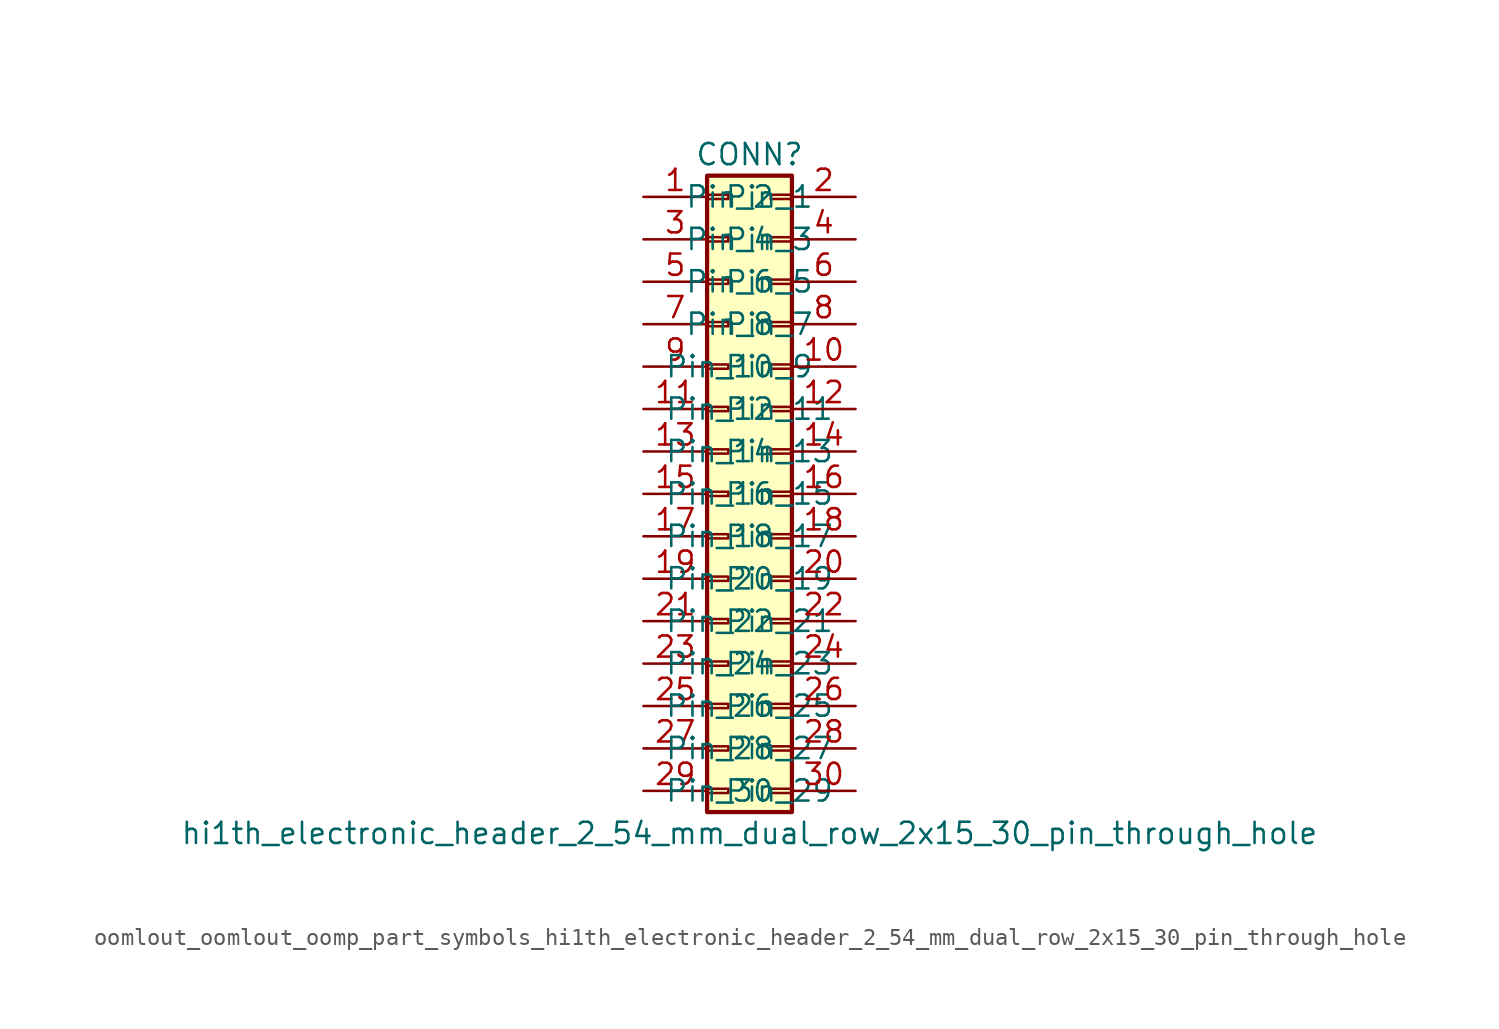
<source format=kicad_sym>
(kicad_symbol_lib
  (version 20220914)
  (generator kicad_symbol_editor)
  (symbol "oomlout_oomlout_oomp_part_symbols_hi1th_electronic_header_2_54_mm_dual_row_2x15_30_pin_through_hole"
    (pin_names
      (offset 1.016))
    (property "Reference" "CONN"
      (at 1.27 20.32 0)
      (effects (font (size 1.27 1.27))))
    (property "Value" "hi1th_electronic_header_2_54_mm_dual_row_2x15_30_pin_through_hole"
      (at 1.27 -20.32 0)
      (effects (font (size 1.27 1.27))))
    (symbol "oomlout_oomlout_oomp_part_symbols_hi1th_electronic_header_2_54_mm_dual_row_2x15_30_pin_through_hole_1_1"
      (rectangle (start -1.27 -17.653) (end 0 -17.907) (stroke (width 0.152) (type default)) (fill (type none)))
      (rectangle (start -1.27 -15.113) (end 0 -15.367) (stroke (width 0.152) (type default)) (fill (type none)))
      (rectangle (start -1.27 -12.573) (end 0 -12.827) (stroke (width 0.152) (type default)) (fill (type none)))
      (rectangle (start -1.27 -10.033) (end 0 -10.287) (stroke (width 0.152) (type default)) (fill (type none)))
      (rectangle (start -1.27 -7.493) (end 0 -7.747) (stroke (width 0.152) (type default)) (fill (type none)))
      (rectangle (start -1.27 -4.953) (end 0 -5.207) (stroke (width 0.152) (type default)) (fill (type none)))
      (rectangle (start -1.27 -2.413) (end 0 -2.667) (stroke (width 0.152) (type default)) (fill (type none)))
      (rectangle (start -1.27 0.127) (end 0 -0.127) (stroke (width 0.152) (type default)) (fill (type none)))
      (rectangle (start -1.27 2.667) (end 0 2.413) (stroke (width 0.152) (type default)) (fill (type none)))
      (rectangle (start -1.27 5.207) (end 0 4.953) (stroke (width 0.152) (type default)) (fill (type none)))
      (rectangle (start -1.27 7.747) (end 0 7.493) (stroke (width 0.152) (type default)) (fill (type none)))
      (rectangle (start -1.27 10.287) (end 0 10.033) (stroke (width 0.152) (type default)) (fill (type none)))
      (rectangle (start -1.27 12.827) (end 0 12.573) (stroke (width 0.152) (type default)) (fill (type none)))
      (rectangle (start -1.27 15.367) (end 0 15.113) (stroke (width 0.152) (type default)) (fill (type none)))
      (rectangle (start -1.27 17.907) (end 0 17.653) (stroke (width 0.152) (type default)) (fill (type none)))
      (rectangle (start -1.27 19.05) (end 3.81 -19.05) (stroke (width 0.254) (type default)) (fill (type background)))
      (rectangle (start 3.81 -17.653) (end 2.54 -17.907) (stroke (width 0.152) (type default)) (fill (type none)))
      (rectangle (start 3.81 -15.113) (end 2.54 -15.367) (stroke (width 0.152) (type default)) (fill (type none)))
      (rectangle (start 3.81 -12.573) (end 2.54 -12.827) (stroke (width 0.152) (type default)) (fill (type none)))
      (rectangle (start 3.81 -10.033) (end 2.54 -10.287) (stroke (width 0.152) (type default)) (fill (type none)))
      (rectangle (start 3.81 -7.493) (end 2.54 -7.747) (stroke (width 0.152) (type default)) (fill (type none)))
      (rectangle (start 3.81 -4.953) (end 2.54 -5.207) (stroke (width 0.152) (type default)) (fill (type none)))
      (rectangle (start 3.81 -2.413) (end 2.54 -2.667) (stroke (width 0.152) (type default)) (fill (type none)))
      (rectangle (start 3.81 0.127) (end 2.54 -0.127) (stroke (width 0.152) (type default)) (fill (type none)))
      (rectangle (start 3.81 2.667) (end 2.54 2.413) (stroke (width 0.152) (type default)) (fill (type none)))
      (rectangle (start 3.81 5.207) (end 2.54 4.953) (stroke (width 0.152) (type default)) (fill (type none)))
      (rectangle (start 3.81 7.747) (end 2.54 7.493) (stroke (width 0.152) (type default)) (fill (type none)))
      (rectangle (start 3.81 10.287) (end 2.54 10.033) (stroke (width 0.152) (type default)) (fill (type none)))
      (rectangle (start 3.81 12.827) (end 2.54 12.573) (stroke (width 0.152) (type default)) (fill (type none)))
      (rectangle (start 3.81 15.367) (end 2.54 15.113) (stroke (width 0.152) (type default)) (fill (type none)))
      (rectangle (start 3.81 17.907) (end 2.54 17.653) (stroke (width 0.152) (type default)) (fill (type none)))
      (pin passive line (at -5.08 17.78 0) (length 3.81) (name "Pin_1" (effects (font (size 1.27 1.27)))) (number "1" (effects (font (size 1.27 1.27)))))
      (pin passive line (at 7.62 7.62 180) (length 3.81) (name "Pin_10" (effects (font (size 1.27 1.27)))) (number "10" (effects (font (size 1.27 1.27)))))
      (pin passive line (at -5.08 5.08 0) (length 3.81) (name "Pin_11" (effects (font (size 1.27 1.27)))) (number "11" (effects (font (size 1.27 1.27)))))
      (pin passive line (at 7.62 5.08 180) (length 3.81) (name "Pin_12" (effects (font (size 1.27 1.27)))) (number "12" (effects (font (size 1.27 1.27)))))
      (pin passive line (at -5.08 2.54 0) (length 3.81) (name "Pin_13" (effects (font (size 1.27 1.27)))) (number "13" (effects (font (size 1.27 1.27)))))
      (pin passive line (at 7.62 2.54 180) (length 3.81) (name "Pin_14" (effects (font (size 1.27 1.27)))) (number "14" (effects (font (size 1.27 1.27)))))
      (pin passive line (at -5.08 0 0) (length 3.81) (name "Pin_15" (effects (font (size 1.27 1.27)))) (number "15" (effects (font (size 1.27 1.27)))))
      (pin passive line (at 7.62 0 180) (length 3.81) (name "Pin_16" (effects (font (size 1.27 1.27)))) (number "16" (effects (font (size 1.27 1.27)))))
      (pin passive line (at -5.08 -2.54 0) (length 3.81) (name "Pin_17" (effects (font (size 1.27 1.27)))) (number "17" (effects (font (size 1.27 1.27)))))
      (pin passive line (at 7.62 -2.54 180) (length 3.81) (name "Pin_18" (effects (font (size 1.27 1.27)))) (number "18" (effects (font (size 1.27 1.27)))))
      (pin passive line (at -5.08 -5.08 0) (length 3.81) (name "Pin_19" (effects (font (size 1.27 1.27)))) (number "19" (effects (font (size 1.27 1.27)))))
      (pin passive line (at 7.62 17.78 180) (length 3.81) (name "Pin_2" (effects (font (size 1.27 1.27)))) (number "2" (effects (font (size 1.27 1.27)))))
      (pin passive line (at 7.62 -5.08 180) (length 3.81) (name "Pin_20" (effects (font (size 1.27 1.27)))) (number "20" (effects (font (size 1.27 1.27)))))
      (pin passive line (at -5.08 -7.62 0) (length 3.81) (name "Pin_21" (effects (font (size 1.27 1.27)))) (number "21" (effects (font (size 1.27 1.27)))))
      (pin passive line (at 7.62 -7.62 180) (length 3.81) (name "Pin_22" (effects (font (size 1.27 1.27)))) (number "22" (effects (font (size 1.27 1.27)))))
      (pin passive line (at -5.08 -10.16 0) (length 3.81) (name "Pin_23" (effects (font (size 1.27 1.27)))) (number "23" (effects (font (size 1.27 1.27)))))
      (pin passive line (at 7.62 -10.16 180) (length 3.81) (name "Pin_24" (effects (font (size 1.27 1.27)))) (number "24" (effects (font (size 1.27 1.27)))))
      (pin passive line (at -5.08 -12.7 0) (length 3.81) (name "Pin_25" (effects (font (size 1.27 1.27)))) (number "25" (effects (font (size 1.27 1.27)))))
      (pin passive line (at 7.62 -12.7 180) (length 3.81) (name "Pin_26" (effects (font (size 1.27 1.27)))) (number "26" (effects (font (size 1.27 1.27)))))
      (pin passive line (at -5.08 -15.24 0) (length 3.81) (name "Pin_27" (effects (font (size 1.27 1.27)))) (number "27" (effects (font (size 1.27 1.27)))))
      (pin passive line (at 7.62 -15.24 180) (length 3.81) (name "Pin_28" (effects (font (size 1.27 1.27)))) (number "28" (effects (font (size 1.27 1.27)))))
      (pin passive line (at -5.08 -17.78 0) (length 3.81) (name "Pin_29" (effects (font (size 1.27 1.27)))) (number "29" (effects (font (size 1.27 1.27)))))
      (pin passive line (at -5.08 15.24 0) (length 3.81) (name "Pin_3" (effects (font (size 1.27 1.27)))) (number "3" (effects (font (size 1.27 1.27)))))
      (pin passive line (at 7.62 -17.78 180) (length 3.81) (name "Pin_30" (effects (font (size 1.27 1.27)))) (number "30" (effects (font (size 1.27 1.27)))))
      (pin passive line (at 7.62 15.24 180) (length 3.81) (name "Pin_4" (effects (font (size 1.27 1.27)))) (number "4" (effects (font (size 1.27 1.27)))))
      (pin passive line (at -5.08 12.7 0) (length 3.81) (name "Pin_5" (effects (font (size 1.27 1.27)))) (number "5" (effects (font (size 1.27 1.27)))))
      (pin passive line (at 7.62 12.7 180) (length 3.81) (name "Pin_6" (effects (font (size 1.27 1.27)))) (number "6" (effects (font (size 1.27 1.27)))))
      (pin passive line (at -5.08 10.16 0) (length 3.81) (name "Pin_7" (effects (font (size 1.27 1.27)))) (number "7" (effects (font (size 1.27 1.27)))))
      (pin passive line (at 7.62 10.16 180) (length 3.81) (name "Pin_8" (effects (font (size 1.27 1.27)))) (number "8" (effects (font (size 1.27 1.27)))))
      (pin passive line (at -5.08 7.62 0) (length 3.81) (name "Pin_9" (effects (font (size 1.27 1.27)))) (number "9" (effects (font (size 1.27 1.27))))))))
</source>
